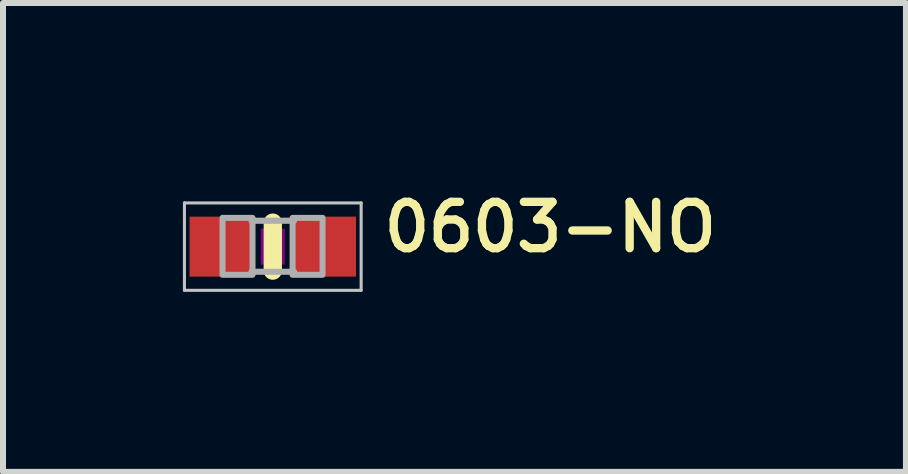
<source format=kicad_pcb>
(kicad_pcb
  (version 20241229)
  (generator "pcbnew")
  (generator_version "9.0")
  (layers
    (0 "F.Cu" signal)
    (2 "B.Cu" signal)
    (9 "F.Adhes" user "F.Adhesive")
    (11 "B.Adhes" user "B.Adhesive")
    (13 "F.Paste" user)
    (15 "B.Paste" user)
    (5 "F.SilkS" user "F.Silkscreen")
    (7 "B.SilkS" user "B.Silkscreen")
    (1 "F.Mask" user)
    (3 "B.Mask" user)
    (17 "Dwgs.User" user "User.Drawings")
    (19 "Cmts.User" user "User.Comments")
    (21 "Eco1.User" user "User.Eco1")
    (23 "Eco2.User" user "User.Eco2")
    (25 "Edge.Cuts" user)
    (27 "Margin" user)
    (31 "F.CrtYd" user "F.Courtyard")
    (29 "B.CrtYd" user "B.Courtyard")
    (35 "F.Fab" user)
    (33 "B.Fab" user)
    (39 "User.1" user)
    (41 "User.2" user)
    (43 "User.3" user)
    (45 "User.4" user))
  (footprint "0603-NO"
    (layer "F.Cu")
    (at 1.498 1.062)
    (property "Reference" "0603-NO" (at 1.778 0.127 180) (layer "F.SilkS") (effects (font (size 0.772 0.772) (thickness 0.139)) (justify left bottom)))
    (attr through_hole)
    (fp_line (start 0 -0.4) (end 0 0.4) (stroke (width 0.305) (type solid)) (layer "F.SilkS"))
    (fp_poly (pts (xy -0.2 0.3) (xy 0.2 0.3) (xy 0.2 -0.3) (xy -0.2 -0.3)) (stroke (width 0) (type solid)) (fill yes) (layer "F.Adhes"))
    (fp_line (start -1.473 -0.729) (end 1.473 -0.729) (stroke (width 0.051) (type solid)) (layer "Dwgs.User"))
    (fp_line (start -1.473 0.729) (end -1.473 -0.729) (stroke (width 0.051) (type solid)) (layer "Dwgs.User"))
    (fp_line (start 1.473 -0.729) (end 1.473 0.729) (stroke (width 0.051) (type solid)) (layer "Dwgs.User"))
    (fp_line (start 1.473 0.729) (end -1.473 0.729) (stroke (width 0.051) (type solid)) (layer "Dwgs.User"))
    (fp_line (start -0.356 -0.432) (end 0.356 -0.432) (stroke (width 0.102) (type solid)) (layer "F.Fab"))
    (fp_line (start -0.356 0.419) (end 0.356 0.419) (stroke (width 0.102) (type solid)) (layer "F.Fab"))
    (fp_poly (pts (xy -0.838 0.47) (xy -0.338 0.47) (xy -0.338 -0.48) (xy -0.838 -0.48)) (stroke (width 0.1) (type solid)) (fill no) (layer "F.Fab"))
    (fp_poly (pts (xy 0.33 0.47) (xy 0.83 0.47) (xy 0.83 -0.48) (xy 0.33 -0.48)) (stroke (width 0.1) (type solid)) (fill no) (layer "F.Fab"))
    (pad "1" smd rect (at -0.85 0) (size 1.075 1) (layers "F.Cu" "F.Mask" "F.Paste"))
    (pad "2" smd rect (at 0.85 0) (size 1.075 1) (layers "F.Cu" "F.Mask" "F.Paste")))
  (gr_rect
    (start -3 -3)
    (end 12.054 4.817)
    (stroke (width 0.1) (type default))
    (fill no)
    (layer "Edge.Cuts")))
</source>
